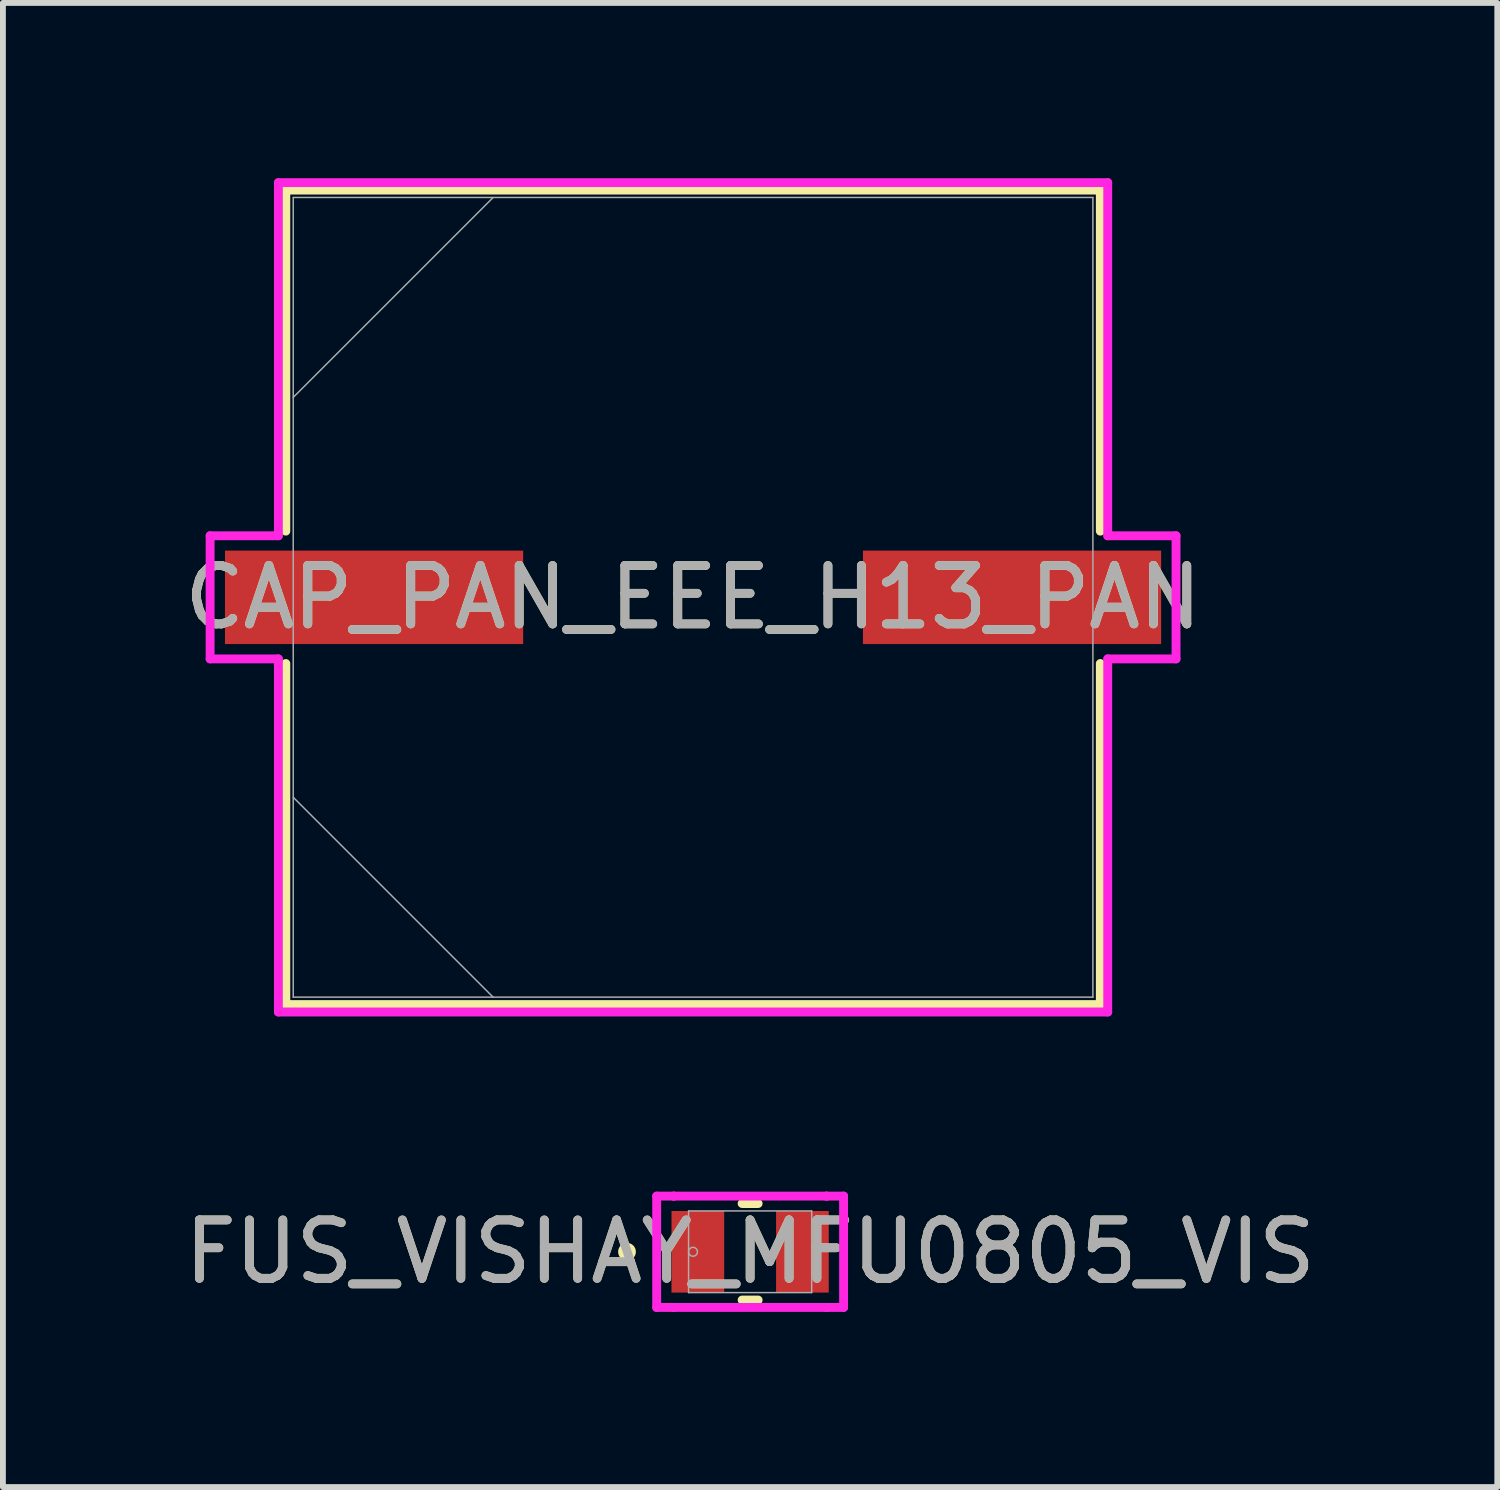
<source format=kicad_pcb>
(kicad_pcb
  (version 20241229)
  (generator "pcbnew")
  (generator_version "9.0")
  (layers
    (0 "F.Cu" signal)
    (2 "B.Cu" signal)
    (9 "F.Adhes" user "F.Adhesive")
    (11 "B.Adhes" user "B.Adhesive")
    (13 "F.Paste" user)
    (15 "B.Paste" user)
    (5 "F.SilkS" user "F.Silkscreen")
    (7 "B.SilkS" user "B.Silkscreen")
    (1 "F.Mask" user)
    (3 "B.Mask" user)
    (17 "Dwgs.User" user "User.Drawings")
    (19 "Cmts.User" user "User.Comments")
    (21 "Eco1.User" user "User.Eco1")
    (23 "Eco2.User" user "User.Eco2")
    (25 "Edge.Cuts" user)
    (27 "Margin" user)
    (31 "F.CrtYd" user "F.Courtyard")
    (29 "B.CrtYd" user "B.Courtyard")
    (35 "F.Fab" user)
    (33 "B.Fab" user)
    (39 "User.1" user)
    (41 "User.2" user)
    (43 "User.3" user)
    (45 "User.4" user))
  (footprint "CAP_PAN_EEE_H13_PAN"
    (layer "F.Cu")
    (at 8.815 7.176)
    (property "Reference" "CAP_PAN_EEE_H13_PAN" (at 0 0 0) (unlocked yes) (layer "F.SilkS") (effects (font (size 1 1) (thickness 0.15))))
    (attr smd)
    (fp_line (start -6.972 -6.972) (end -6.972 -1.133) (stroke (width 0.152) (type solid)) (layer "F.SilkS"))
    (fp_line (start -6.972 1.133) (end -6.972 6.972) (stroke (width 0.152) (type solid)) (layer "F.SilkS"))
    (fp_line (start -6.972 6.972) (end 6.972 6.972) (stroke (width 0.152) (type solid)) (layer "F.SilkS"))
    (fp_line (start 6.972 -6.972) (end -6.972 -6.972) (stroke (width 0.152) (type solid)) (layer "F.SilkS"))
    (fp_line (start 6.972 -1.133) (end 6.972 -6.972) (stroke (width 0.152) (type solid)) (layer "F.SilkS"))
    (fp_line (start 6.972 6.972) (end 6.972 1.133) (stroke (width 0.152) (type solid)) (layer "F.SilkS"))
    (fp_line (start -8.268 -1.054) (end -7.099 -1.054) (stroke (width 0.152) (type solid)) (layer "F.CrtYd"))
    (fp_line (start -8.268 1.054) (end -8.268 -1.054) (stroke (width 0.152) (type solid)) (layer "F.CrtYd"))
    (fp_line (start -7.099 -7.099) (end 7.099 -7.099) (stroke (width 0.152) (type solid)) (layer "F.CrtYd"))
    (fp_line (start -7.099 -1.054) (end -7.099 -7.099) (stroke (width 0.152) (type solid)) (layer "F.CrtYd"))
    (fp_line (start -7.099 1.054) (end -8.268 1.054) (stroke (width 0.152) (type solid)) (layer "F.CrtYd"))
    (fp_line (start -7.099 7.099) (end -7.099 1.054) (stroke (width 0.152) (type solid)) (layer "F.CrtYd"))
    (fp_line (start 7.099 -7.099) (end 7.099 -1.054) (stroke (width 0.152) (type solid)) (layer "F.CrtYd"))
    (fp_line (start 7.099 -1.054) (end 8.268 -1.054) (stroke (width 0.152) (type solid)) (layer "F.CrtYd"))
    (fp_line (start 7.099 1.054) (end 7.099 7.099) (stroke (width 0.152) (type solid)) (layer "F.CrtYd"))
    (fp_line (start 7.099 7.099) (end -7.099 7.099) (stroke (width 0.152) (type solid)) (layer "F.CrtYd"))
    (fp_line (start 8.268 -1.054) (end 8.268 1.054) (stroke (width 0.152) (type solid)) (layer "F.CrtYd"))
    (fp_line (start 8.268 1.054) (end 7.099 1.054) (stroke (width 0.152) (type solid)) (layer "F.CrtYd"))
    (fp_line (start -6.845 -6.845) (end -6.845 6.845) (stroke (width 0.025) (type solid)) (layer "F.Fab"))
    (fp_line (start -6.845 -3.423) (end -3.423 -6.845) (stroke (width 0.025) (type solid)) (layer "F.Fab"))
    (fp_line (start -6.845 3.423) (end -3.423 6.845) (stroke (width 0.025) (type solid)) (layer "F.Fab"))
    (fp_line (start -6.845 6.845) (end 6.845 6.845) (stroke (width 0.025) (type solid)) (layer "F.Fab"))
    (fp_line (start 6.845 -6.845) (end -6.845 -6.845) (stroke (width 0.025) (type solid)) (layer "F.Fab"))
    (fp_line (start 6.845 6.845) (end 6.845 -6.845) (stroke (width 0.025) (type solid)) (layer "F.Fab"))
    (fp_circle (center -6.337 0) (end -6.337 0) (stroke (width 0.025) (type solid)) (fill no) (layer "F.Fab"))
    (fp_text user "${REFERENCE}" (at 0 0 0) (unlocked yes) (layer "F.Fab") (effects (font (size 1 1) (thickness 0.15))))
    (pad "1" smd rect (at -5.461 0) (size 5.105 1.6) (layers "F.Cu" "F.Mask" "F.Paste"))
    (pad "2" smd rect (at 5.461 0) (size 5.105 1.6) (layers "F.Cu" "F.Mask" "F.Paste"))
    (zone (net_name "") (layer "F.Cu") (hatch full 0.508) (connect_pads) (min_thickness 0.254) (filled_areas_thickness no) (keepout (tracks not_allowed) (vias not_allowed) (pads allowed) (copperpour not_allowed) (footprints allowed)) (placement (enabled no)) (fill) (polygon (pts (xy 2.021 0.381) (xy 15.61 0.381) (xy 15.61 6.325) (xy 2.021 6.325))))
    (zone (net_name "") (layer "F.Cu") (hatch full 0.508) (connect_pads) (min_thickness 0.254) (filled_areas_thickness no) (keepout (tracks not_allowed) (vias not_allowed) (pads allowed) (copperpour not_allowed) (footprints allowed)) (placement (enabled no)) (fill) (polygon (pts (xy 2.021 8.026) (xy 15.61 8.026) (xy 15.61 13.97) (xy 2.021 13.97))))
    (zone (net_name "") (layer "F.Cu") (hatch full 0.508) (connect_pads) (min_thickness 0.254) (filled_areas_thickness no) (keepout (tracks not_allowed) (vias not_allowed) (pads allowed) (copperpour not_allowed) (footprints allowed)) (placement (enabled no)) (fill) (polygon (pts (xy 5.958 6.325) (xy 11.673 6.325) (xy 11.673 8.026) (xy 5.958 8.026)))))
  (footprint "FUS_VISHAY_MFU0805_VIS"
    (layer "F.Cu")
    (at 9.792 18.38)
    (property "Reference" "FUS_VISHAY_MFU0805_VIS" (at 0 0 0) (unlocked yes) (layer "F.SilkS") (effects (font (size 1 1) (thickness 0.15))))
    (attr smd)
    (fp_line (start -0.137 0.826) (end 0.137 0.826) (stroke (width 0.152) (type solid)) (layer "F.SilkS"))
    (fp_line (start 0.137 -0.826) (end -0.137 -0.826) (stroke (width 0.152) (type solid)) (layer "F.SilkS"))
    (fp_circle (center -2.108 0) (end -2.032 0) (stroke (width 0.152) (type solid)) (fill no) (layer "F.SilkS"))
    (fp_line (start -1.6 -0.953) (end -1.308 -0.953) (stroke (width 0.152) (type solid)) (layer "F.CrtYd"))
    (fp_line (start -1.6 0.953) (end -1.6 -0.953) (stroke (width 0.152) (type solid)) (layer "F.CrtYd"))
    (fp_line (start -1.308 -0.953) (end -1.308 -0.953) (stroke (width 0.152) (type solid)) (layer "F.CrtYd"))
    (fp_line (start -1.308 -0.953) (end 1.308 -0.953) (stroke (width 0.152) (type solid)) (layer "F.CrtYd"))
    (fp_line (start -1.308 0.953) (end -1.6 0.953) (stroke (width 0.152) (type solid)) (layer "F.CrtYd"))
    (fp_line (start -1.308 0.953) (end -1.308 0.953) (stroke (width 0.152) (type solid)) (layer "F.CrtYd"))
    (fp_line (start 1.308 -0.953) (end 1.308 -0.953) (stroke (width 0.152) (type solid)) (layer "F.CrtYd"))
    (fp_line (start 1.308 -0.953) (end 1.6 -0.953) (stroke (width 0.152) (type solid)) (layer "F.CrtYd"))
    (fp_line (start 1.308 0.953) (end -1.308 0.953) (stroke (width 0.152) (type solid)) (layer "F.CrtYd"))
    (fp_line (start 1.308 0.953) (end 1.308 0.953) (stroke (width 0.152) (type solid)) (layer "F.CrtYd"))
    (fp_line (start 1.6 -0.953) (end 1.6 0.953) (stroke (width 0.152) (type solid)) (layer "F.CrtYd"))
    (fp_line (start 1.6 0.953) (end 1.308 0.953) (stroke (width 0.152) (type solid)) (layer "F.CrtYd"))
    (fp_line (start -1.054 -0.699) (end -1.054 0.699) (stroke (width 0.025) (type solid)) (layer "F.Fab"))
    (fp_line (start -1.054 0.699) (end 1.054 0.699) (stroke (width 0.025) (type solid)) (layer "F.Fab"))
    (fp_line (start 1.054 -0.699) (end -1.054 -0.699) (stroke (width 0.025) (type solid)) (layer "F.Fab"))
    (fp_line (start 1.054 0.699) (end 1.054 -0.699) (stroke (width 0.025) (type solid)) (layer "F.Fab"))
    (fp_circle (center -0.978 0) (end -0.902 0) (stroke (width 0.025) (type solid)) (fill no) (layer "F.Fab"))
    (fp_text user "${REFERENCE}" (at 0 0 0) (unlocked yes) (layer "F.Fab") (effects (font (size 1 1) (thickness 0.15))))
    (pad "1" smd rect (at -0.895 0) (size 0.902 1.397) (layers "F.Cu" "F.Mask" "F.Paste"))
    (pad "2" smd rect (at 0.895 0) (size 0.902 1.397) (layers "F.Cu" "F.Mask" "F.Paste"))
    (zone (net_name "") (layer "F.Cu") (hatch full 0.508) (connect_pads) (min_thickness 0.254) (filled_areas_thickness no) (keepout (tracks not_allowed) (vias not_allowed) (pads allowed) (copperpour not_allowed) (footprints allowed)) (placement (enabled no)) (fill) (polygon (pts (xy 9.398 17.732) (xy 10.185 17.732) (xy 10.185 19.027) (xy 9.398 19.027)))))
  (gr_rect
    (start -3 -3)
    (end 22.583 22.408)
    (stroke (width 0.1) (type default))
    (fill no)
    (layer "Edge.Cuts")))
</source>
